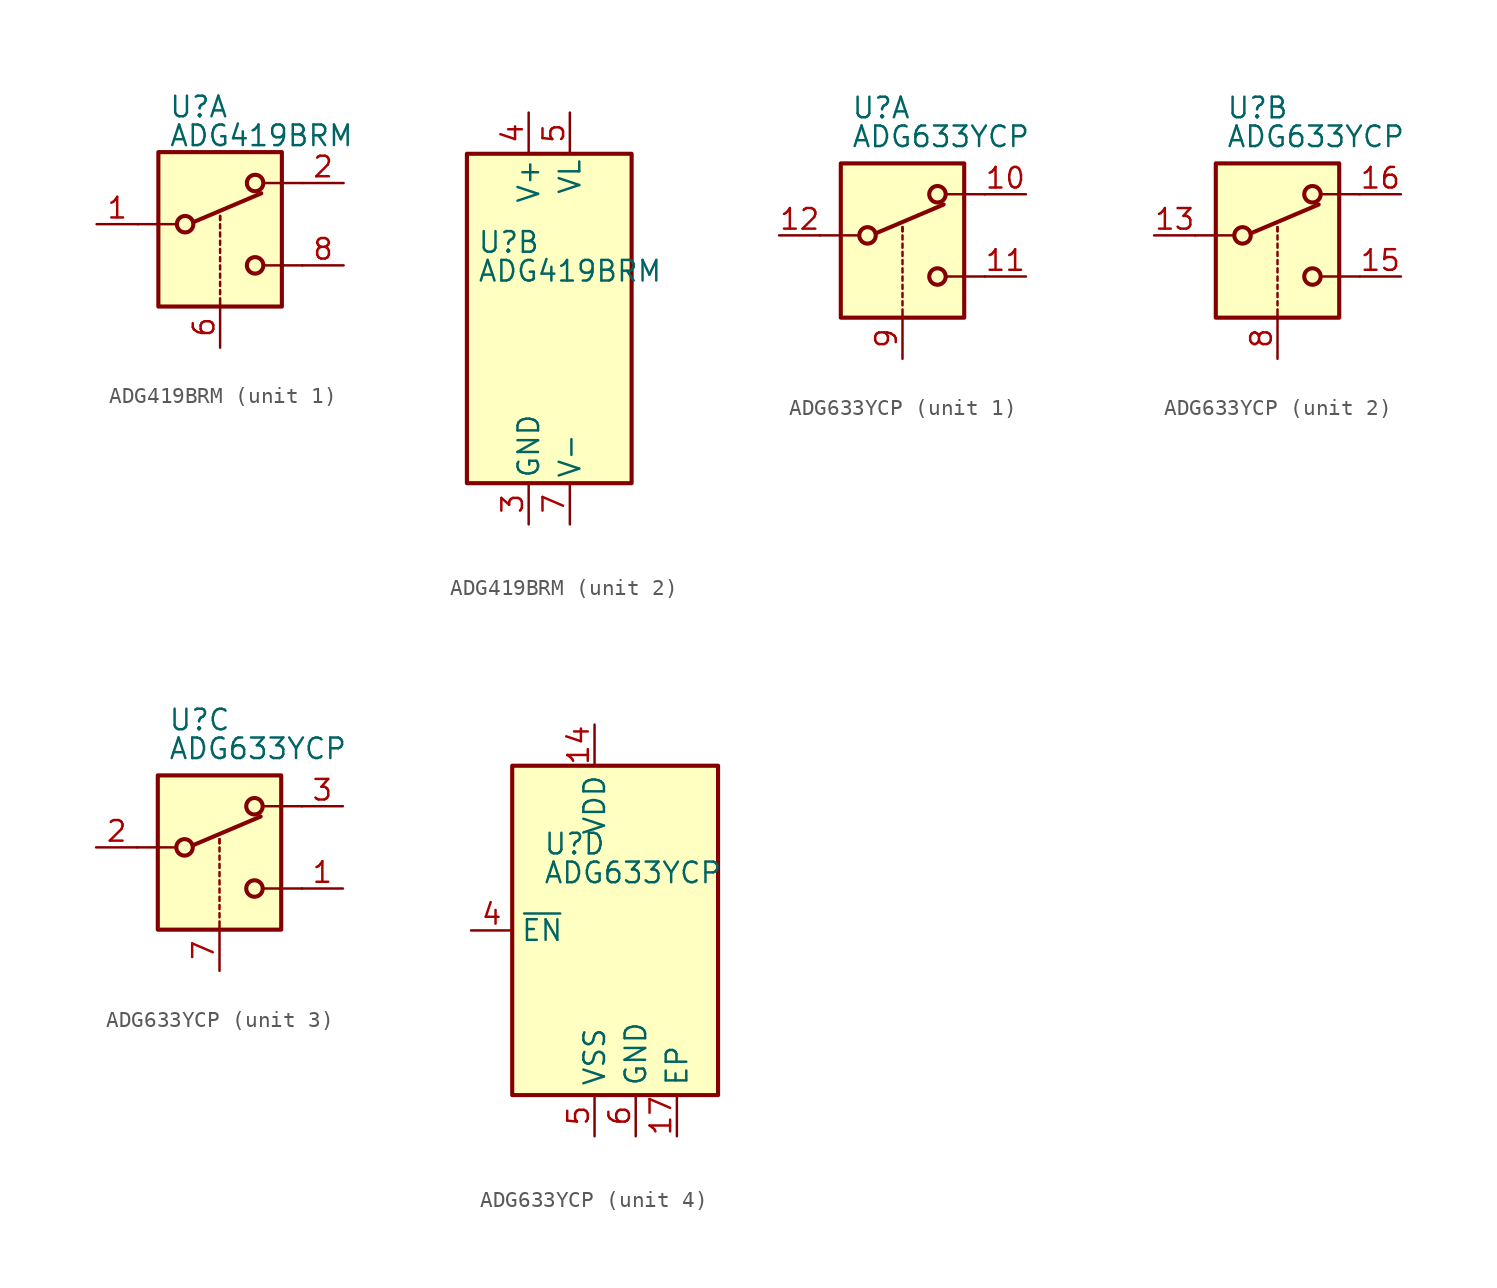
<source format=kicad_sym>
(kicad_symbol_lib
  (version 20220914)
  (generator kicad_symbol_editor)
  (symbol "ADG419BRM"
    (pin_names
      (offset 0.254))
    (property "Reference" "U"
      (at -3.175 4.699 0)
      (effects (font (size 1.27 1.27)) (justify left)))
    (property "Value" "ADG419BRM"
      (at -3.175 2.921 0)
      (effects (font (size 1.27 1.27)) (justify left)))
    (symbol "ADG419BRM_1_1"
      (rectangle (start -3.81 1.905) (end 3.81 -7.62) (stroke (width 0.254) (type default)) (fill (type background)))
      (circle (center -2.159 -2.54) (radius 0.508) (stroke (width 0.254) (type default)) (fill (type none)))
      (polyline (pts (xy -5.08 -2.54) (xy -2.794 -2.54)) (stroke (width 0) (type default)) (fill (type none)))
      (polyline (pts (xy -1.651 -2.413) (xy 2.54 -0.635)) (stroke (width 0.254) (type default)) (fill (type none)))
      (polyline (pts (xy 0 -7.62) (xy 0 -7.112)) (stroke (width 0) (type default)) (fill (type none)))
      (polyline (pts (xy 0 -6.858) (xy 0 -6.604)) (stroke (width 0) (type default)) (fill (type none)))
      (polyline (pts (xy 0 -6.35) (xy 0 -6.096)) (stroke (width 0) (type default)) (fill (type none)))
      (polyline (pts (xy 0 -5.842) (xy 0 -5.588)) (stroke (width 0) (type default)) (fill (type none)))
      (polyline (pts (xy 0 -5.334) (xy 0 -5.08)) (stroke (width 0) (type default)) (fill (type none)))
      (polyline (pts (xy 0 -4.826) (xy 0 -4.572)) (stroke (width 0) (type default)) (fill (type none)))
      (polyline (pts (xy 0 -4.318) (xy 0 -4.064)) (stroke (width 0) (type default)) (fill (type none)))
      (polyline (pts (xy 0 -3.81) (xy 0 -3.556)) (stroke (width 0) (type default)) (fill (type none)))
      (polyline (pts (xy 0 -3.302) (xy 0 -3.048)) (stroke (width 0) (type default)) (fill (type none)))
      (polyline (pts (xy 0 -2.794) (xy 0 -2.54)) (stroke (width 0) (type default)) (fill (type none)))
      (polyline (pts (xy 0 -2.286) (xy 0 -2.032)) (stroke (width 0) (type default)) (fill (type none)))
      (polyline (pts (xy 0 -2.286) (xy 0 -2.032)) (stroke (width 0) (type default)) (fill (type none)))
      (polyline (pts (xy 5.08 -5.08) (xy 2.794 -5.08)) (stroke (width 0) (type default)) (fill (type none)))
      (polyline (pts (xy 5.08 0) (xy 2.794 0)) (stroke (width 0) (type default)) (fill (type none)))
      (circle (center 2.159 -5.08) (radius 0.508) (stroke (width 0.254) (type default)) (fill (type none)))
      (circle (center 2.159 0) (radius 0.508) (stroke (width 0.254) (type default)) (fill (type none)))
      (pin passive line (at -7.62 -2.54 0) (length 2.54) (name "~" (effects (font (size 1.27 1.27)))) (number "1" (effects (font (size 1.27 1.27)))))
      (pin passive line (at 7.62 0 180) (length 2.54) (name "~" (effects (font (size 1.27 1.27)))) (number "2" (effects (font (size 1.27 1.27)))))
      (pin input line (at 0 -10.16 90) (length 2.54) (name "~" (effects (font (size 1.27 1.27)))) (number "6" (effects (font (size 1.27 1.27)))))
      (pin passive line (at 7.62 -5.08 180) (length 2.54) (name "~" (effects (font (size 1.27 1.27)))) (number "8" (effects (font (size 1.27 1.27))))))
    (symbol "ADG419BRM_2_0"
      (pin power_in line (at 0 -12.7 90) (length 2.54) (name "GND" (effects (font (size 1.27 1.27)))) (number "3" (effects (font (size 1.27 1.27)))))
      (pin power_in line (at 0 12.7 270) (length 2.54) (name "V+" (effects (font (size 1.27 1.27)))) (number "4" (effects (font (size 1.27 1.27)))))
      (pin power_in line (at 2.54 12.7 270) (length 2.54) (name "VL" (effects (font (size 1.27 1.27)))) (number "5" (effects (font (size 1.27 1.27)))))
      (pin power_in line (at 2.54 -12.7 90) (length 2.54) (name "V-" (effects (font (size 1.27 1.27)))) (number "7" (effects (font (size 1.27 1.27))))))
    (symbol "ADG419BRM_2_1"
      (rectangle (start -3.81 10.16) (end 6.35 -10.16) (stroke (width 0.254) (type default)) (fill (type background)))))
  (symbol "ADG633YCP"
    (property "Reference" "U"
      (at -3.175 5.334 0)
      (effects (font (size 1.27 1.27)) (justify left)))
    (property "Value" "ADG633YCP"
      (at -3.175 3.556 0)
      (effects (font (size 1.27 1.27)) (justify left)))
    (symbol "ADG633YCP_1_1"
      (rectangle (start -3.81 1.905) (end 3.81 -7.62) (stroke (width 0.254) (type default)) (fill (type background)))
      (circle (center -2.159 -2.54) (radius 0.508) (stroke (width 0.254) (type default)) (fill (type none)))
      (polyline (pts (xy -5.08 -2.54) (xy -2.794 -2.54)) (stroke (width 0) (type default)) (fill (type none)))
      (polyline (pts (xy -1.651 -2.413) (xy 2.54 -0.635)) (stroke (width 0.254) (type default)) (fill (type none)))
      (polyline (pts (xy 0 -7.62) (xy 0 -7.112)) (stroke (width 0) (type default)) (fill (type none)))
      (polyline (pts (xy 0 -6.858) (xy 0 -6.604)) (stroke (width 0) (type default)) (fill (type none)))
      (polyline (pts (xy 0 -6.35) (xy 0 -6.096)) (stroke (width 0) (type default)) (fill (type none)))
      (polyline (pts (xy 0 -5.842) (xy 0 -5.588)) (stroke (width 0) (type default)) (fill (type none)))
      (polyline (pts (xy 0 -5.334) (xy 0 -5.08)) (stroke (width 0) (type default)) (fill (type none)))
      (polyline (pts (xy 0 -4.826) (xy 0 -4.572)) (stroke (width 0) (type default)) (fill (type none)))
      (polyline (pts (xy 0 -4.318) (xy 0 -4.064)) (stroke (width 0) (type default)) (fill (type none)))
      (polyline (pts (xy 0 -3.81) (xy 0 -3.556)) (stroke (width 0) (type default)) (fill (type none)))
      (polyline (pts (xy 0 -3.302) (xy 0 -3.048)) (stroke (width 0) (type default)) (fill (type none)))
      (polyline (pts (xy 0 -2.794) (xy 0 -2.54)) (stroke (width 0) (type default)) (fill (type none)))
      (polyline (pts (xy 0 -2.286) (xy 0 -2.032)) (stroke (width 0) (type default)) (fill (type none)))
      (polyline (pts (xy 0 -2.286) (xy 0 -2.032)) (stroke (width 0) (type default)) (fill (type none)))
      (polyline (pts (xy 5.08 -5.08) (xy 2.794 -5.08)) (stroke (width 0) (type default)) (fill (type none)))
      (polyline (pts (xy 5.08 0) (xy 2.794 0)) (stroke (width 0) (type default)) (fill (type none)))
      (circle (center 2.159 -5.08) (radius 0.508) (stroke (width 0.254) (type default)) (fill (type none)))
      (circle (center 2.159 0) (radius 0.508) (stroke (width 0.254) (type default)) (fill (type none)))
      (pin passive line (at 7.62 0 180) (length 2.54) (name "~" (effects (font (size 1.27 1.27)))) (number "10" (effects (font (size 1.27 1.27)))))
      (pin passive line (at 7.62 -5.08 180) (length 2.54) (name "~" (effects (font (size 1.27 1.27)))) (number "11" (effects (font (size 1.27 1.27)))))
      (pin passive line (at -7.62 -2.54 0) (length 2.54) (name "~" (effects (font (size 1.27 1.27)))) (number "12" (effects (font (size 1.27 1.27)))))
      (pin input line (at 0 -10.16 90) (length 2.54) (name "~" (effects (font (size 1.27 1.27)))) (number "9" (effects (font (size 1.27 1.27))))))
    (symbol "ADG633YCP_2_1"
      (rectangle (start -3.81 1.905) (end 3.81 -7.62) (stroke (width 0.254) (type default)) (fill (type background)))
      (circle (center -2.159 -2.54) (radius 0.508) (stroke (width 0.254) (type default)) (fill (type none)))
      (polyline (pts (xy -5.08 -2.54) (xy -2.794 -2.54)) (stroke (width 0) (type default)) (fill (type none)))
      (polyline (pts (xy -1.651 -2.413) (xy 2.54 -0.635)) (stroke (width 0.254) (type default)) (fill (type none)))
      (polyline (pts (xy 0 -7.62) (xy 0 -7.112)) (stroke (width 0) (type default)) (fill (type none)))
      (polyline (pts (xy 0 -6.858) (xy 0 -6.604)) (stroke (width 0) (type default)) (fill (type none)))
      (polyline (pts (xy 0 -6.35) (xy 0 -6.096)) (stroke (width 0) (type default)) (fill (type none)))
      (polyline (pts (xy 0 -5.842) (xy 0 -5.588)) (stroke (width 0) (type default)) (fill (type none)))
      (polyline (pts (xy 0 -5.334) (xy 0 -5.08)) (stroke (width 0) (type default)) (fill (type none)))
      (polyline (pts (xy 0 -4.826) (xy 0 -4.572)) (stroke (width 0) (type default)) (fill (type none)))
      (polyline (pts (xy 0 -4.318) (xy 0 -4.064)) (stroke (width 0) (type default)) (fill (type none)))
      (polyline (pts (xy 0 -3.81) (xy 0 -3.556)) (stroke (width 0) (type default)) (fill (type none)))
      (polyline (pts (xy 0 -3.302) (xy 0 -3.048)) (stroke (width 0) (type default)) (fill (type none)))
      (polyline (pts (xy 0 -2.794) (xy 0 -2.54)) (stroke (width 0) (type default)) (fill (type none)))
      (polyline (pts (xy 0 -2.286) (xy 0 -2.032)) (stroke (width 0) (type default)) (fill (type none)))
      (polyline (pts (xy 0 -2.286) (xy 0 -2.032)) (stroke (width 0) (type default)) (fill (type none)))
      (polyline (pts (xy 5.08 -5.08) (xy 2.794 -5.08)) (stroke (width 0) (type default)) (fill (type none)))
      (polyline (pts (xy 5.08 0) (xy 2.794 0)) (stroke (width 0) (type default)) (fill (type none)))
      (circle (center 2.159 -5.08) (radius 0.508) (stroke (width 0.254) (type default)) (fill (type none)))
      (circle (center 2.159 0) (radius 0.508) (stroke (width 0.254) (type default)) (fill (type none)))
      (pin passive line (at -7.62 -2.54 0) (length 2.54) (name "~" (effects (font (size 1.27 1.27)))) (number "13" (effects (font (size 1.27 1.27)))))
      (pin passive line (at 7.62 -5.08 180) (length 2.54) (name "~" (effects (font (size 1.27 1.27)))) (number "15" (effects (font (size 1.27 1.27)))))
      (pin passive line (at 7.62 0 180) (length 2.54) (name "~" (effects (font (size 1.27 1.27)))) (number "16" (effects (font (size 1.27 1.27)))))
      (pin input line (at 0 -10.16 90) (length 2.54) (name "~" (effects (font (size 1.27 1.27)))) (number "8" (effects (font (size 1.27 1.27))))))
    (symbol "ADG633YCP_3_1"
      (rectangle (start -3.81 1.905) (end 3.81 -7.62) (stroke (width 0.254) (type default)) (fill (type background)))
      (circle (center -2.159 -2.54) (radius 0.508) (stroke (width 0.254) (type default)) (fill (type none)))
      (polyline (pts (xy -5.08 -2.54) (xy -2.794 -2.54)) (stroke (width 0) (type default)) (fill (type none)))
      (polyline (pts (xy -1.651 -2.413) (xy 2.54 -0.635)) (stroke (width 0.254) (type default)) (fill (type none)))
      (polyline (pts (xy 0 -7.62) (xy 0 -7.112)) (stroke (width 0) (type default)) (fill (type none)))
      (polyline (pts (xy 0 -6.858) (xy 0 -6.604)) (stroke (width 0) (type default)) (fill (type none)))
      (polyline (pts (xy 0 -6.35) (xy 0 -6.096)) (stroke (width 0) (type default)) (fill (type none)))
      (polyline (pts (xy 0 -5.842) (xy 0 -5.588)) (stroke (width 0) (type default)) (fill (type none)))
      (polyline (pts (xy 0 -5.334) (xy 0 -5.08)) (stroke (width 0) (type default)) (fill (type none)))
      (polyline (pts (xy 0 -4.826) (xy 0 -4.572)) (stroke (width 0) (type default)) (fill (type none)))
      (polyline (pts (xy 0 -4.318) (xy 0 -4.064)) (stroke (width 0) (type default)) (fill (type none)))
      (polyline (pts (xy 0 -3.81) (xy 0 -3.556)) (stroke (width 0) (type default)) (fill (type none)))
      (polyline (pts (xy 0 -3.302) (xy 0 -3.048)) (stroke (width 0) (type default)) (fill (type none)))
      (polyline (pts (xy 0 -2.794) (xy 0 -2.54)) (stroke (width 0) (type default)) (fill (type none)))
      (polyline (pts (xy 0 -2.286) (xy 0 -2.032)) (stroke (width 0) (type default)) (fill (type none)))
      (polyline (pts (xy 0 -2.286) (xy 0 -2.032)) (stroke (width 0) (type default)) (fill (type none)))
      (polyline (pts (xy 5.08 -5.08) (xy 2.794 -5.08)) (stroke (width 0) (type default)) (fill (type none)))
      (polyline (pts (xy 5.08 0) (xy 2.794 0)) (stroke (width 0) (type default)) (fill (type none)))
      (circle (center 2.159 -5.08) (radius 0.508) (stroke (width 0.254) (type default)) (fill (type none)))
      (circle (center 2.159 0) (radius 0.508) (stroke (width 0.254) (type default)) (fill (type none)))
      (pin passive line (at 7.62 -5.08 180) (length 2.54) (name "~" (effects (font (size 1.27 1.27)))) (number "1" (effects (font (size 1.27 1.27)))))
      (pin passive line (at -7.62 -2.54 0) (length 2.54) (name "~" (effects (font (size 1.27 1.27)))) (number "2" (effects (font (size 1.27 1.27)))))
      (pin passive line (at 7.62 0 180) (length 2.54) (name "~" (effects (font (size 1.27 1.27)))) (number "3" (effects (font (size 1.27 1.27)))))
      (pin input line (at 0 -10.16 90) (length 2.54) (name "~" (effects (font (size 1.27 1.27)))) (number "7" (effects (font (size 1.27 1.27))))))
    (symbol "ADG633YCP_4_0"
      (pin power_in line (at 0 12.7 270) (length 2.54) (name "VDD" (effects (font (size 1.27 1.27)))) (number "14" (effects (font (size 1.27 1.27)))))
      (pin power_in line (at 5.08 -12.7 90) (length 2.54) (name "EP" (effects (font (size 1.27 1.27)))) (number "17" (effects (font (size 1.27 1.27)))))
      (pin input line (at -7.62 0 0) (length 2.54) (name "~{EN}" (effects (font (size 1.27 1.27)))) (number "4" (effects (font (size 1.27 1.27)))))
      (pin power_in line (at 0 -12.7 90) (length 2.54) (name "VSS" (effects (font (size 1.27 1.27)))) (number "5" (effects (font (size 1.27 1.27)))))
      (pin power_in line (at 2.54 -12.7 90) (length 2.54) (name "GND" (effects (font (size 1.27 1.27)))) (number "6" (effects (font (size 1.27 1.27))))))
    (symbol "ADG633YCP_4_1"
      (rectangle (start -5.08 10.16) (end 7.62 -10.16) (stroke (width 0.254) (type default)) (fill (type background))))))
</source>
